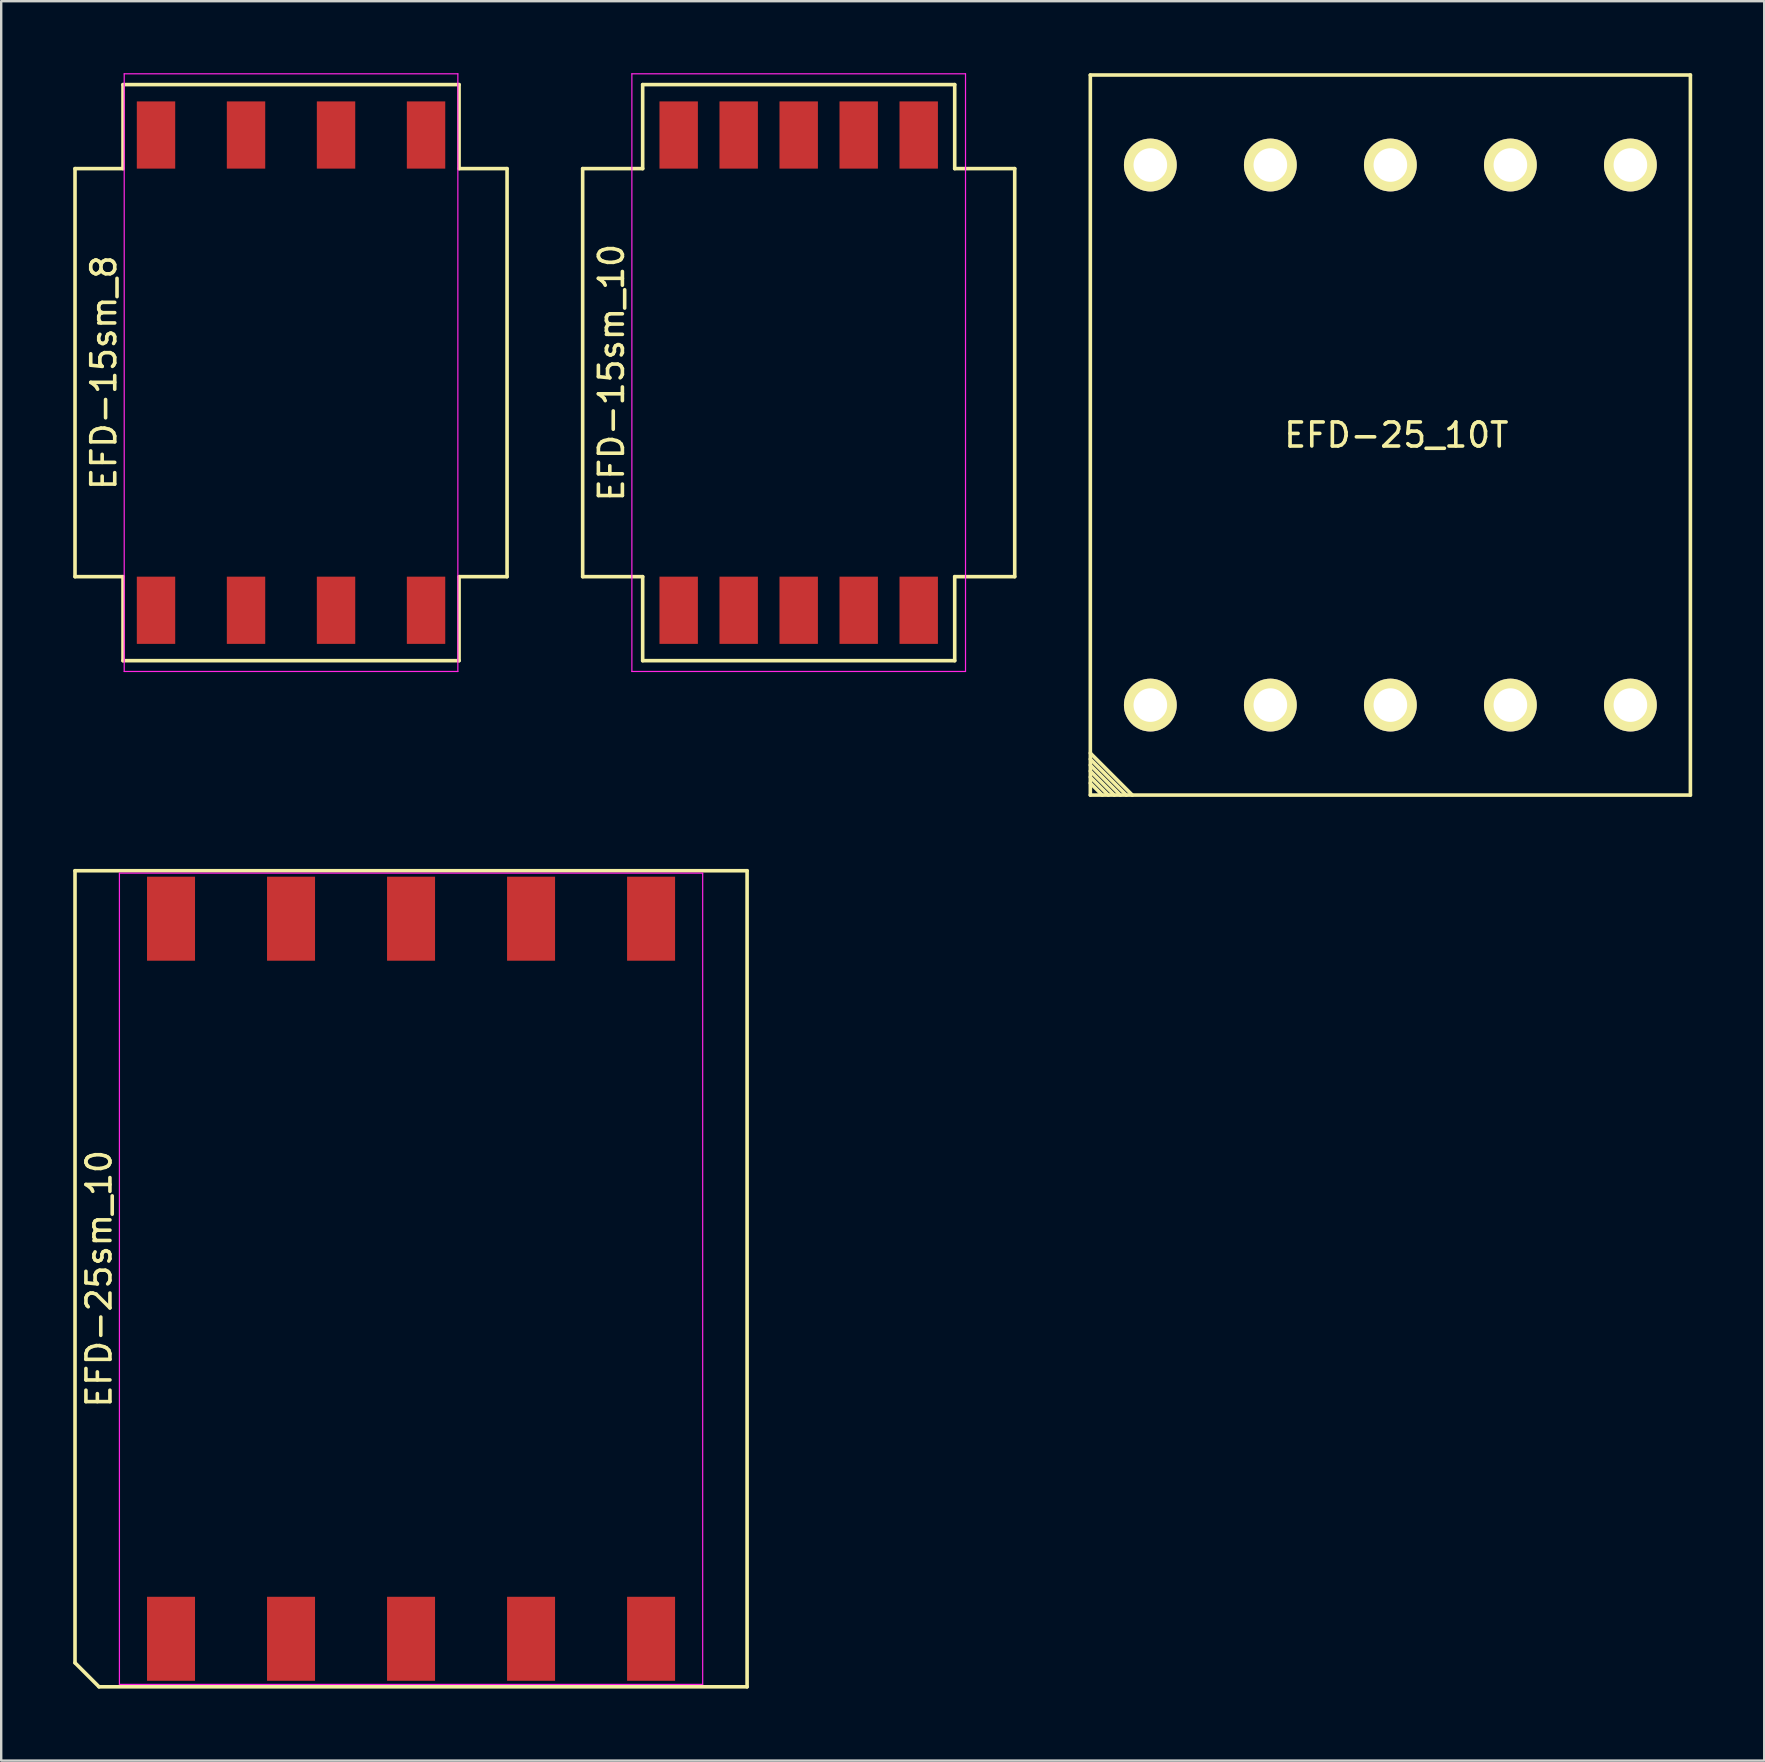
<source format=kicad_pcb>
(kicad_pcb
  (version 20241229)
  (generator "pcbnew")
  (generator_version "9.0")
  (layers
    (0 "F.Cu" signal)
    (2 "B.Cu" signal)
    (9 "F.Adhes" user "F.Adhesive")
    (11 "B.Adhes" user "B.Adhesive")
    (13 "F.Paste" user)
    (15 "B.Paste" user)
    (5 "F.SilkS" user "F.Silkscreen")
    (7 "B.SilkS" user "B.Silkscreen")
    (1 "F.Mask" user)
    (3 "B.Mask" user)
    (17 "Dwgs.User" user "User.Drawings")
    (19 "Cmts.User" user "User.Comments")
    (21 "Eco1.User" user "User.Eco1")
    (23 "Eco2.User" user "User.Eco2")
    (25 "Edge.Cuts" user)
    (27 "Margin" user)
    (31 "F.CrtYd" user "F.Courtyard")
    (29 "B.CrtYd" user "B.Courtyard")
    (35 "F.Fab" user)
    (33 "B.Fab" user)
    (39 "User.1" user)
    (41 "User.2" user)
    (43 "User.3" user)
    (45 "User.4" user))
  (footprint "EFD-15sm_8"
    (layer "F.Cu")
    (at 9.075 12.475)
    (property "Reference" "EFD-15sm_8" (at -7.8 0 90) (layer "F.SilkS") (effects (font (size 1 1) (thickness 0.15))))
    (attr smd)
    (fp_line (start -9 -8.5) (end -7 -8.5) (stroke (width 0.15) (type solid)) (layer "F.SilkS"))
    (fp_line (start -9 8.5) (end -9 -8.5) (stroke (width 0.15) (type solid)) (layer "F.SilkS"))
    (fp_line (start -7 -12) (end 7 -12) (stroke (width 0.15) (type solid)) (layer "F.SilkS"))
    (fp_line (start -7 -8.5) (end -7 -12) (stroke (width 0.15) (type solid)) (layer "F.SilkS"))
    (fp_line (start -7 8.5) (end -9 8.5) (stroke (width 0.15) (type solid)) (layer "F.SilkS"))
    (fp_line (start -7 12) (end -7 8.5) (stroke (width 0.15) (type solid)) (layer "F.SilkS"))
    (fp_line (start 7 -12) (end 7 -8.5) (stroke (width 0.15) (type solid)) (layer "F.SilkS"))
    (fp_line (start 7 -8.5) (end 9 -8.5) (stroke (width 0.15) (type solid)) (layer "F.SilkS"))
    (fp_line (start 7 8.5) (end 7 12) (stroke (width 0.15) (type solid)) (layer "F.SilkS"))
    (fp_line (start 7 12) (end -7 12) (stroke (width 0.15) (type solid)) (layer "F.SilkS"))
    (fp_line (start 9 -8.5) (end 9 8.5) (stroke (width 0.15) (type solid)) (layer "F.SilkS"))
    (fp_line (start 9 8.5) (end 7 8.5) (stroke (width 0.15) (type solid)) (layer "F.SilkS"))
    (fp_line (start -6.95 -12.45) (end 6.95 -12.45) (stroke (width 0.05) (type solid)) (layer "F.CrtYd"))
    (fp_line (start -6.95 12.45) (end -6.95 -12.45) (stroke (width 0.05) (type solid)) (layer "F.CrtYd"))
    (fp_line (start 6.95 -12.45) (end 6.95 12.45) (stroke (width 0.05) (type solid)) (layer "F.CrtYd"))
    (fp_line (start 6.95 12.45) (end -6.95 12.45) (stroke (width 0.05) (type solid)) (layer "F.CrtYd"))
    (pad "1" smd rect (at -5.625 9.9) (size 1.6 2.8) (layers "F.Cu" "F.Mask" "F.Paste"))
    (pad "2" smd rect (at -1.875 9.9) (size 1.6 2.8) (layers "F.Cu" "F.Mask" "F.Paste"))
    (pad "3" smd rect (at 1.875 9.9) (size 1.6 2.8) (layers "F.Cu" "F.Mask" "F.Paste"))
    (pad "4" smd rect (at 5.625 9.9) (size 1.6 2.8) (layers "F.Cu" "F.Mask" "F.Paste"))
    (pad "5" smd rect (at 5.625 -9.9) (size 1.6 2.8) (layers "F.Cu" "F.Mask" "F.Paste"))
    (pad "6" smd rect (at 1.875 -9.9) (size 1.6 2.8) (layers "F.Cu" "F.Mask" "F.Paste"))
    (pad "7" smd rect (at -1.875 -9.9) (size 1.6 2.8) (layers "F.Cu" "F.Mask" "F.Paste"))
    (pad "8" smd rect (at -5.625 -9.9) (size 1.6 2.8) (layers "F.Cu" "F.Mask" "F.Paste")))
  (footprint "EFD-25_10T"
    (layer "F.Cu")
    (at 54.875 15.075)
    (property "Reference" "EFD-25_10T" (at 0.25 0 0) (layer "F.SilkS") (effects (font (size 1 1) (thickness 0.15))))
    (attr through_hole)
    (fp_line (start -12.5 -15) (end 12.5 -15) (stroke (width 0.15) (type solid)) (layer "F.SilkS"))
    (fp_line (start -12.5 13.25) (end -10.75 15) (stroke (width 0.15) (type solid)) (layer "F.SilkS"))
    (fp_line (start -12.5 13.5) (end -11 15) (stroke (width 0.15) (type solid)) (layer "F.SilkS"))
    (fp_line (start -12.5 13.75) (end -11.25 15) (stroke (width 0.15) (type solid)) (layer "F.SilkS"))
    (fp_line (start -12.5 14) (end -11.5 15) (stroke (width 0.15) (type solid)) (layer "F.SilkS"))
    (fp_line (start -12.5 14.25) (end -11.75 15) (stroke (width 0.15) (type solid)) (layer "F.SilkS"))
    (fp_line (start -12.5 14.5) (end -12 15) (stroke (width 0.15) (type solid)) (layer "F.SilkS"))
    (fp_line (start -12.5 15) (end -12.5 -15) (stroke (width 0.15) (type solid)) (layer "F.SilkS"))
    (fp_line (start 12.5 -15) (end 12.5 15) (stroke (width 0.15) (type solid)) (layer "F.SilkS"))
    (fp_line (start 12.5 15) (end -12.5 15) (stroke (width 0.15) (type solid)) (layer "F.SilkS"))
    (pad "1" thru_hole circle (at -10 11.25) (size 2.2 2.2) (drill 1.4) (layers "*.Cu" "*.Mask" "F.SilkS"))
    (pad "2" thru_hole circle (at -5 11.25) (size 2.2 2.2) (drill 1.4) (layers "*.Cu" "*.Mask" "F.SilkS"))
    (pad "3" thru_hole circle (at 0 11.25) (size 2.2 2.2) (drill 1.4) (layers "*.Cu" "*.Mask" "F.SilkS"))
    (pad "4" thru_hole circle (at 5 11.25) (size 2.2 2.2) (drill 1.4) (layers "*.Cu" "*.Mask" "F.SilkS"))
    (pad "5" thru_hole circle (at 10 11.25) (size 2.2 2.2) (drill 1.4) (layers "*.Cu" "*.Mask" "F.SilkS"))
    (pad "6" thru_hole circle (at 10 -11.25) (size 2.2 2.2) (drill 1.4) (layers "*.Cu" "*.Mask" "F.SilkS"))
    (pad "7" thru_hole circle (at 5 -11.25) (size 2.2 2.2) (drill 1.4) (layers "*.Cu" "*.Mask" "F.SilkS"))
    (pad "8" thru_hole circle (at 0 -11.25) (size 2.2 2.2) (drill 1.4) (layers "*.Cu" "*.Mask" "F.SilkS"))
    (pad "9" thru_hole circle (at -5 -11.25) (size 2.2 2.2) (drill 1.4) (layers "*.Cu" "*.Mask" "F.SilkS"))
    (pad "10" thru_hole circle (at -10 -11.25) (size 2.2 2.2) (drill 1.4) (layers "*.Cu" "*.Mask" "F.SilkS")))
  (footprint "EFD-15sm_10"
    (layer "F.Cu")
    (at 30.225 12.475)
    (property "Reference" "EFD-15sm_10" (at -7.8 0 90) (layer "F.SilkS") (effects (font (size 1 1) (thickness 0.15))))
    (attr smd)
    (fp_line (start -9 -8.5) (end -6.5 -8.5) (stroke (width 0.15) (type solid)) (layer "F.SilkS"))
    (fp_line (start -9 8.5) (end -9 -8.5) (stroke (width 0.15) (type solid)) (layer "F.SilkS"))
    (fp_line (start -6.5 -12) (end 6.5 -12) (stroke (width 0.15) (type solid)) (layer "F.SilkS"))
    (fp_line (start -6.5 -8.5) (end -6.5 -12) (stroke (width 0.15) (type solid)) (layer "F.SilkS"))
    (fp_line (start -6.5 8.5) (end -9 8.5) (stroke (width 0.15) (type solid)) (layer "F.SilkS"))
    (fp_line (start -6.5 12) (end -6.5 8.5) (stroke (width 0.15) (type solid)) (layer "F.SilkS"))
    (fp_line (start 6.5 -12) (end 6.5 -8.5) (stroke (width 0.15) (type solid)) (layer "F.SilkS"))
    (fp_line (start 6.5 -8.5) (end 9 -8.5) (stroke (width 0.15) (type solid)) (layer "F.SilkS"))
    (fp_line (start 6.5 8.5) (end 6.5 12) (stroke (width 0.15) (type solid)) (layer "F.SilkS"))
    (fp_line (start 6.5 12) (end -6.5 12) (stroke (width 0.15) (type solid)) (layer "F.SilkS"))
    (fp_line (start 9 -8.5) (end 9 8.5) (stroke (width 0.15) (type solid)) (layer "F.SilkS"))
    (fp_line (start 9 8.5) (end 6.5 8.5) (stroke (width 0.15) (type solid)) (layer "F.SilkS"))
    (fp_line (start -6.95 -12.45) (end 6.95 -12.45) (stroke (width 0.05) (type solid)) (layer "F.CrtYd"))
    (fp_line (start -6.95 12.45) (end -6.95 -12.45) (stroke (width 0.05) (type solid)) (layer "F.CrtYd"))
    (fp_line (start 6.95 -12.45) (end 6.95 12.45) (stroke (width 0.05) (type solid)) (layer "F.CrtYd"))
    (fp_line (start 6.95 12.45) (end -6.95 12.45) (stroke (width 0.05) (type solid)) (layer "F.CrtYd"))
    (pad "1" smd rect (at -5 9.9) (size 1.6 2.8) (layers "F.Cu" "F.Mask" "F.Paste"))
    (pad "2" smd rect (at -2.5 9.9) (size 1.6 2.8) (layers "F.Cu" "F.Mask" "F.Paste"))
    (pad "3" smd rect (at 0 9.9) (size 1.6 2.8) (layers "F.Cu" "F.Mask" "F.Paste"))
    (pad "4" smd rect (at 2.5 9.9) (size 1.6 2.8) (layers "F.Cu" "F.Mask" "F.Paste"))
    (pad "5" smd rect (at 5 9.9) (size 1.6 2.8) (layers "F.Cu" "F.Mask" "F.Paste"))
    (pad "6" smd rect (at 5 -9.9) (size 1.6 2.8) (layers "F.Cu" "F.Mask" "F.Paste"))
    (pad "7" smd rect (at 2.5 -9.9) (size 1.6 2.8) (layers "F.Cu" "F.Mask" "F.Paste"))
    (pad "8" smd rect (at 0 -9.9) (size 1.6 2.8) (layers "F.Cu" "F.Mask" "F.Paste"))
    (pad "9" smd rect (at -2.5 -9.9) (size 1.6 2.8) (layers "F.Cu" "F.Mask" "F.Paste"))
    (pad "10" smd rect (at -5 -9.9) (size 1.6 2.8) (layers "F.Cu" "F.Mask" "F.Paste")))
  (footprint "EFD-25sm_10"
    (layer "F.Cu")
    (at 14.075 50.225)
    (property "Reference" "EFD-25sm_10" (at -13 0 90) (layer "F.SilkS") (effects (font (size 1 1) (thickness 0.15))))
    (attr smd)
    (fp_line (start -14 -17) (end 14 -17) (stroke (width 0.15) (type solid)) (layer "F.SilkS"))
    (fp_line (start -14 16) (end -14 -17) (stroke (width 0.15) (type solid)) (layer "F.SilkS"))
    (fp_line (start -13 17) (end -14 16) (stroke (width 0.15) (type solid)) (layer "F.SilkS"))
    (fp_line (start 14 -17) (end 14 17) (stroke (width 0.15) (type solid)) (layer "F.SilkS"))
    (fp_line (start 14 17) (end -13 17) (stroke (width 0.15) (type solid)) (layer "F.SilkS"))
    (fp_line (start -12.15 -16.9) (end 12.15 -16.9) (stroke (width 0.05) (type solid)) (layer "F.CrtYd"))
    (fp_line (start -12.15 16.9) (end -12.15 -16.9) (stroke (width 0.05) (type solid)) (layer "F.CrtYd"))
    (fp_line (start 12.15 -16.9) (end 12.15 16.9) (stroke (width 0.05) (type solid)) (layer "F.CrtYd"))
    (fp_line (start 12.15 16.9) (end -12.15 16.9) (stroke (width 0.05) (type solid)) (layer "F.CrtYd"))
    (pad "1" smd rect (at -10 15) (size 2 3.5) (layers "F.Cu" "F.Mask" "F.Paste"))
    (pad "2" smd rect (at -5 15) (size 2 3.5) (layers "F.Cu" "F.Mask" "F.Paste"))
    (pad "3" smd rect (at 0 15) (size 2 3.5) (layers "F.Cu" "F.Mask" "F.Paste"))
    (pad "4" smd rect (at 5 15) (size 2 3.5) (layers "F.Cu" "F.Mask" "F.Paste"))
    (pad "5" smd rect (at 10 15) (size 2 3.5) (layers "F.Cu" "F.Mask" "F.Paste"))
    (pad "6" smd rect (at 10 -15) (size 2 3.5) (layers "F.Cu" "F.Mask" "F.Paste"))
    (pad "7" smd rect (at 5 -15) (size 2 3.5) (layers "F.Cu" "F.Mask" "F.Paste"))
    (pad "8" smd rect (at 0 -15) (size 2 3.5) (layers "F.Cu" "F.Mask" "F.Paste"))
    (pad "9" smd rect (at -5 -15) (size 2 3.5) (layers "F.Cu" "F.Mask" "F.Paste"))
    (pad "10" smd rect (at -10 -15) (size 2 3.5) (layers "F.Cu" "F.Mask" "F.Paste")))
  (gr_rect
    (start -3 -3)
    (end 70.45 70.3)
    (stroke (width 0.1) (type default))
    (fill no)
    (layer "Edge.Cuts")))
</source>
